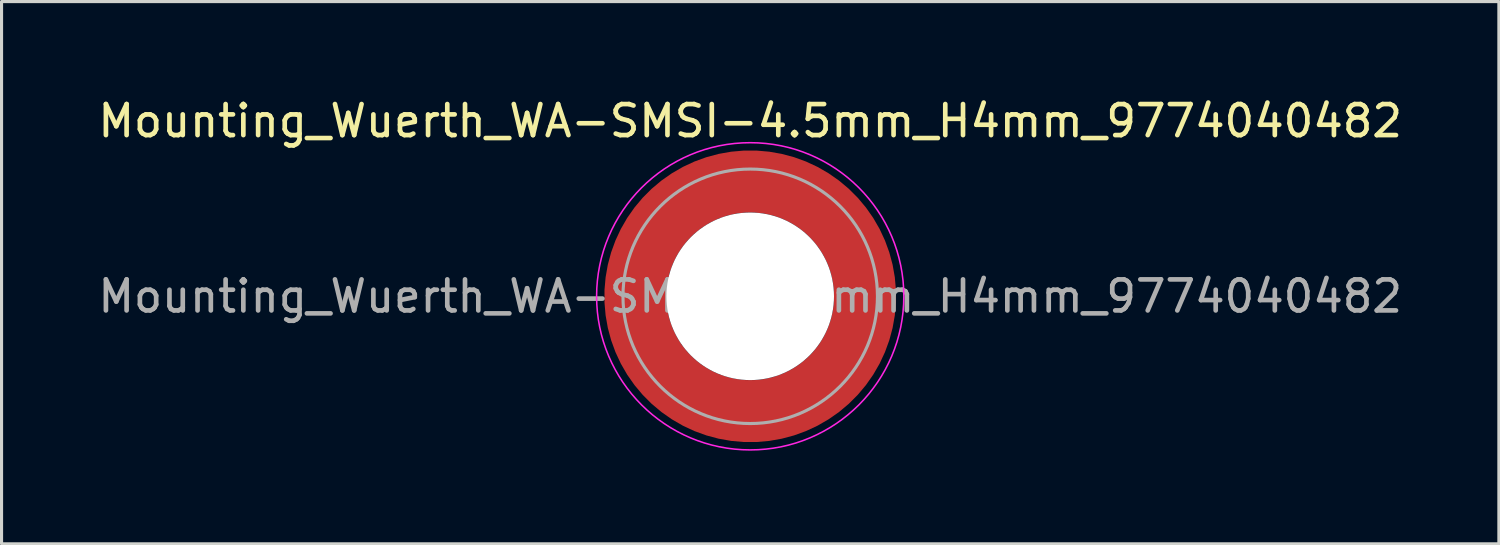
<source format=kicad_pcb>
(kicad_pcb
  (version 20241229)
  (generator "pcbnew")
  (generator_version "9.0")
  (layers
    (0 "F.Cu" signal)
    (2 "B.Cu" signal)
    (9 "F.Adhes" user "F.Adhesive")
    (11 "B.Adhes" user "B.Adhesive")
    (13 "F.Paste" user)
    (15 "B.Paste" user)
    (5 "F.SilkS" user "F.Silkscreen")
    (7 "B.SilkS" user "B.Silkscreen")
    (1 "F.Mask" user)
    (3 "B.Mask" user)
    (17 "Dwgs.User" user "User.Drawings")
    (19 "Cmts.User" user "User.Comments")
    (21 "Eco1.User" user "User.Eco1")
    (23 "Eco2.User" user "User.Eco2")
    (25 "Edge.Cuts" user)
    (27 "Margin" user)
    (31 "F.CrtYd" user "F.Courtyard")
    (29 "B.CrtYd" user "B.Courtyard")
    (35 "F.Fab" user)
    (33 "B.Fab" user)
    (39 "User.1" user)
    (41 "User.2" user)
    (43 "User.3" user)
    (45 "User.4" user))
  (footprint "Mounting_Wuerth_WA-SMSI-4.5mm_H4mm_9774040482"
    (layer "F.Cu")
    (at 21.125 6.498)
    (property "Reference" "Mounting_Wuerth_WA-SMSI-4.5mm_H4mm_9774040482" (at 0 -5.65 0) (layer "F.SilkS") (effects (font (size 1 1) (thickness 0.15))))
    (attr smd)
    (fp_circle (center 0 0) (end 4.95 0) (stroke (width 0.05) (type solid)) (fill no) (layer "F.CrtYd"))
    (fp_circle (center 0 0) (end 4.1 0) (stroke (width 0.1) (type solid)) (fill no) (layer "F.Fab"))
    (fp_text user "${REFERENCE}" (at 0 0 0) (layer "F.Fab") (effects (font (size 1 1) (thickness 0.15))))
    (pad "" smd custom (at -2.607 -2.607) (size 1.495 1.495) (layers "F.Paste") (options (anchor circle)) (primitives (gr_arc (start -0.188183 2.107456) (mid 0.599273 0.599273) (end 2.107456 -0.188183) (width 0.2)) (gr_arc (start -0.289416 2.107456) (mid 0.52877 0.52877) (end 2.107456 -0.289416) (width 0.2)) (gr_arc (start -0.390547 2.107456) (mid 0.458268 0.458268) (end 2.107456 -0.390547) (width 0.2)) (gr_arc (start -0.491585 2.107456) (mid 0.387765 0.387765) (end 2.107456 -0.491585) (width 0.2)) (gr_arc (start -0.59254 2.107456) (mid 0.317262 0.317262) (end 2.107456 -0.59254) (width 0.2)) (gr_arc (start -0.693419 2.107456) (mid 0.24676 0.24676) (end 2.107456 -0.693419) (width 0.2)) (gr_arc (start -0.794229 2.107456) (mid 0.176257 0.176257) (end 2.107456 -0.794229) (width 0.2)) (gr_arc (start -0.894975 2.107456) (mid 0.105754 0.105754) (end 2.107456 -0.894975) (width 0.2)) (gr_arc (start -0.995664 2.107456) (mid 0.035251 0.035251) (end 2.107456 -0.995664) (width 0.2)) (gr_arc (start -1.0963 2.107456) (mid -0.035252 -0.035252) (end 2.107456 -1.0963) (width 0.2)) (gr_arc (start -1.196886 2.107456) (mid -0.105754 -0.105754) (end 2.107456 -1.196886) (width 0.2)) (gr_arc (start -1.297427 2.107456) (mid -0.176257 -0.176257) (end 2.107456 -1.297427) (width 0.2)) (gr_arc (start -1.397927 2.107456) (mid -0.24676 -0.24676) (end 2.107456 -1.397927) (width 0.2)) (gr_arc (start -1.498388 2.107456) (mid -0.317262 -0.317262) (end 2.107456 -1.498388) (width 0.2)) (gr_arc (start -1.598813 2.107456) (mid -0.387765 -0.387765) (end 2.107456 -1.598813) (width 0.2)) (gr_arc (start -1.699204 2.107456) (mid -0.458267 -0.458267) (end 2.107456 -1.699204) (width 0.2)) (gr_arc (start -1.799565 2.107456) (mid -0.528771 -0.528771) (end 2.107456 -1.799565) (width 0.2)) (gr_arc (start -1.899896 2.107456) (mid -0.599273 -0.599273) (end 2.107456 -1.899896) (width 0.2)) (gr_arc (start -1.899896 2.107456) (mid -0.599273 -0.599273) (end 2.107456 -1.899896) (width 0.2)) (gr_line (start 2.107 -0.188) (end 2.107 -1.9) (width 0.2)) (gr_line (start -0.188 2.107) (end -1.9 2.107) (width 0.2))))
    (pad "" smd custom (at -2.607 2.607) (size 1.495 1.495) (layers "F.Paste") (options (anchor circle)) (primitives (gr_arc (start 2.107456 0.188183) (mid 0.599273 -0.599273) (end -0.188183 -2.107456) (width 0.2)) (gr_arc (start 2.107456 0.289416) (mid 0.52877 -0.52877) (end -0.289416 -2.107456) (width 0.2)) (gr_arc (start 2.107456 0.390547) (mid 0.458268 -0.458268) (end -0.390547 -2.107456) (width 0.2)) (gr_arc (start 2.107456 0.491585) (mid 0.387765 -0.387765) (end -0.491585 -2.107456) (width 0.2)) (gr_arc (start 2.107456 0.59254) (mid 0.317262 -0.317262) (end -0.59254 -2.107456) (width 0.2)) (gr_arc (start 2.107456 0.693419) (mid 0.24676 -0.24676) (end -0.693419 -2.107456) (width 0.2)) (gr_arc (start 2.107456 0.794229) (mid 0.176257 -0.176257) (end -0.794229 -2.107456) (width 0.2)) (gr_arc (start 2.107456 0.894975) (mid 0.105754 -0.105754) (end -0.894975 -2.107456) (width 0.2)) (gr_arc (start 2.107456 0.995664) (mid 0.035251 -0.035251) (end -0.995664 -2.107456) (width 0.2)) (gr_arc (start 2.107456 1.0963) (mid -0.035252 0.035252) (end -1.0963 -2.107456) (width 0.2)) (gr_arc (start 2.107456 1.196886) (mid -0.105754 0.105754) (end -1.196886 -2.107456) (width 0.2)) (gr_arc (start 2.107456 1.297427) (mid -0.176257 0.176257) (end -1.297427 -2.107456) (width 0.2)) (gr_arc (start 2.107456 1.397927) (mid -0.24676 0.24676) (end -1.397927 -2.107456) (width 0.2)) (gr_arc (start 2.107456 1.498388) (mid -0.317262 0.317262) (end -1.498388 -2.107456) (width 0.2)) (gr_arc (start 2.107456 1.598813) (mid -0.387765 0.387765) (end -1.598813 -2.107456) (width 0.2)) (gr_arc (start 2.107456 1.699204) (mid -0.458267 0.458267) (end -1.699204 -2.107456) (width 0.2)) (gr_arc (start 2.107456 1.799565) (mid -0.528771 0.528771) (end -1.799565 -2.107456) (width 0.2)) (gr_arc (start 2.107456 1.899896) (mid -0.599273 0.599273) (end -1.899896 -2.107456) (width 0.2)) (gr_arc (start 2.107456 1.899896) (mid -0.599273 0.599273) (end -1.899896 -2.107456) (width 0.2)) (gr_line (start -0.188 -2.107) (end -1.9 -2.107) (width 0.2)) (gr_line (start 2.107 0.188) (end 2.107 1.9) (width 0.2))))
    (pad "" np_thru_hole circle (at 0 0) (size 5.4 5.4) (drill 5.4) (layers "*.Cu" "*.Mask"))
    (pad "" smd custom (at 2.607 -2.607) (size 1.495 1.495) (layers "F.Paste") (options (anchor circle)) (primitives (gr_arc (start -2.107456 -0.188183) (mid -0.599273 0.599273) (end 0.188183 2.107456) (width 0.2)) (gr_arc (start -2.107456 -0.289416) (mid -0.52877 0.52877) (end 0.289416 2.107456) (width 0.2)) (gr_arc (start -2.107456 -0.390547) (mid -0.458268 0.458268) (end 0.390547 2.107456) (width 0.2)) (gr_arc (start -2.107456 -0.491585) (mid -0.387765 0.387765) (end 0.491585 2.107456) (width 0.2)) (gr_arc (start -2.107456 -0.59254) (mid -0.317262 0.317262) (end 0.59254 2.107456) (width 0.2)) (gr_arc (start -2.107456 -0.693419) (mid -0.24676 0.24676) (end 0.693419 2.107456) (width 0.2)) (gr_arc (start -2.107456 -0.794229) (mid -0.176257 0.176257) (end 0.794229 2.107456) (width 0.2)) (gr_arc (start -2.107456 -0.894975) (mid -0.105754 0.105754) (end 0.894975 2.107456) (width 0.2)) (gr_arc (start -2.107456 -0.995664) (mid -0.035251 0.035251) (end 0.995664 2.107456) (width 0.2)) (gr_arc (start -2.107456 -1.0963) (mid 0.035252 -0.035252) (end 1.0963 2.107456) (width 0.2)) (gr_arc (start -2.107456 -1.196886) (mid 0.105754 -0.105754) (end 1.196886 2.107456) (width 0.2)) (gr_arc (start -2.107456 -1.297427) (mid 0.176257 -0.176257) (end 1.297427 2.107456) (width 0.2)) (gr_arc (start -2.107456 -1.397927) (mid 0.24676 -0.24676) (end 1.397927 2.107456) (width 0.2)) (gr_arc (start -2.107456 -1.498388) (mid 0.317262 -0.317262) (end 1.498388 2.107456) (width 0.2)) (gr_arc (start -2.107456 -1.598813) (mid 0.387765 -0.387765) (end 1.598813 2.107456) (width 0.2)) (gr_arc (start -2.107456 -1.699204) (mid 0.458267 -0.458267) (end 1.699204 2.107456) (width 0.2)) (gr_arc (start -2.107456 -1.799565) (mid 0.528771 -0.528771) (end 1.799565 2.107456) (width 0.2)) (gr_arc (start -2.107456 -1.899896) (mid 0.599273 -0.599273) (end 1.899896 2.107456) (width 0.2)) (gr_arc (start -2.107456 -1.899896) (mid 0.599273 -0.599273) (end 1.899896 2.107456) (width 0.2)) (gr_line (start 0.188 2.107) (end 1.9 2.107) (width 0.2)) (gr_line (start -2.107 -0.188) (end -2.107 -1.9) (width 0.2))))
    (pad "" smd custom (at 2.607 2.607) (size 1.495 1.495) (layers "F.Paste") (options (anchor circle)) (primitives (gr_arc (start 0.188183 -2.107456) (mid -0.599273 -0.599273) (end -2.107456 0.188183) (width 0.2)) (gr_arc (start 0.289416 -2.107456) (mid -0.52877 -0.52877) (end -2.107456 0.289416) (width 0.2)) (gr_arc (start 0.390547 -2.107456) (mid -0.458268 -0.458268) (end -2.107456 0.390547) (width 0.2)) (gr_arc (start 0.491585 -2.107456) (mid -0.387765 -0.387765) (end -2.107456 0.491585) (width 0.2)) (gr_arc (start 0.59254 -2.107456) (mid -0.317262 -0.317262) (end -2.107456 0.59254) (width 0.2)) (gr_arc (start 0.693419 -2.107456) (mid -0.24676 -0.24676) (end -2.107456 0.693419) (width 0.2)) (gr_arc (start 0.794229 -2.107456) (mid -0.176257 -0.176257) (end -2.107456 0.794229) (width 0.2)) (gr_arc (start 0.894975 -2.107456) (mid -0.105754 -0.105754) (end -2.107456 0.894975) (width 0.2)) (gr_arc (start 0.995664 -2.107456) (mid -0.035251 -0.035251) (end -2.107456 0.995664) (width 0.2)) (gr_arc (start 1.0963 -2.107456) (mid 0.035252 0.035252) (end -2.107456 1.0963) (width 0.2)) (gr_arc (start 1.196886 -2.107456) (mid 0.105754 0.105754) (end -2.107456 1.196886) (width 0.2)) (gr_arc (start 1.297427 -2.107456) (mid 0.176257 0.176257) (end -2.107456 1.297427) (width 0.2)) (gr_arc (start 1.397927 -2.107456) (mid 0.24676 0.24676) (end -2.107456 1.397927) (width 0.2)) (gr_arc (start 1.498388 -2.107456) (mid 0.317262 0.317262) (end -2.107456 1.498388) (width 0.2)) (gr_arc (start 1.598813 -2.107456) (mid 0.387765 0.387765) (end -2.107456 1.598813) (width 0.2)) (gr_arc (start 1.699204 -2.107456) (mid 0.458267 0.458267) (end -2.107456 1.699204) (width 0.2)) (gr_arc (start 1.799565 -2.107456) (mid 0.528771 0.528771) (end -2.107456 1.799565) (width 0.2)) (gr_arc (start 1.899896 -2.107456) (mid 0.599273 0.599273) (end -2.107456 1.899896) (width 0.2)) (gr_arc (start 1.899896 -2.107456) (mid 0.599273 0.599273) (end -2.107456 1.899896) (width 0.2)) (gr_line (start -2.107 0.188) (end -2.107 1.9) (width 0.2)) (gr_line (start 0.188 -2.107) (end 1.9 -2.107) (width 0.2))))
    (pad "1" smd circle (at -3.7 0) (size 1.6 1.6) (layers "F.Cu"))
    (pad "1" smd circle (at 0 -3.7) (size 1.6 1.6) (layers "F.Cu"))
    (pad "1" smd circle (at 0 3.7) (size 1.6 1.6) (layers "F.Cu"))
    (pad "1" smd custom (at 3.7 0) (size 1.6 1.6) (layers "F.Cu" "F.Mask") (options (anchor circle)) (primitives (gr_circle (center -3.7 0) (end 0 0) (width 2) (fill no)))))
  (gr_rect
    (start -3 -3)
    (end 45.25 14.473)
    (stroke (width 0.1) (type default))
    (fill no)
    (layer "Edge.Cuts")))
</source>
